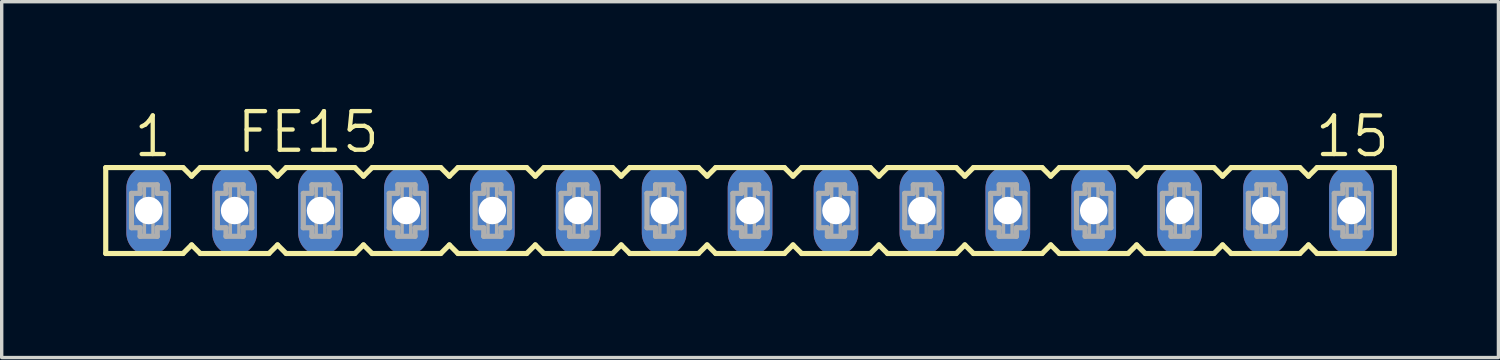
<source format=kicad_pcb>
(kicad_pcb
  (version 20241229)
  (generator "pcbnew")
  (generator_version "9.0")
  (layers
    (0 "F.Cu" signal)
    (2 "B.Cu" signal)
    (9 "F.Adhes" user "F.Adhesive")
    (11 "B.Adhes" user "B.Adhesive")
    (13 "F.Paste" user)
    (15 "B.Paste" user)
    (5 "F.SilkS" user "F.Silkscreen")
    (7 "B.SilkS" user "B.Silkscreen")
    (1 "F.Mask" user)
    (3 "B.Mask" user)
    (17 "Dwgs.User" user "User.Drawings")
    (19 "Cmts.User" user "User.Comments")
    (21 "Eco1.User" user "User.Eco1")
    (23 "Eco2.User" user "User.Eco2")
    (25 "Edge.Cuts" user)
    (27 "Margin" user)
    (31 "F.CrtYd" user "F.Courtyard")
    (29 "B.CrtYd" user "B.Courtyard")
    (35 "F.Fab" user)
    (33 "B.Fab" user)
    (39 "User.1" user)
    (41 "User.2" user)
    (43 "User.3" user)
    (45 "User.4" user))
  (footprint "FE15"
    (layer "F.Cu")
    (at 19.126 3.175)
    (property "Reference" "FE15" (at -15.24 -1.651 0) (layer "F.SilkS") (effects (font (size 1.143 1.143) (thickness 0.127)) (justify left bottom)))
    (fp_line (start -19.05 -1.27) (end -19.05 1.27) (stroke (width 0.152) (type solid)) (layer "F.SilkS"))
    (fp_line (start -19.05 1.27) (end -16.764 1.27) (stroke (width 0.152) (type solid)) (layer "F.SilkS"))
    (fp_line (start -16.764 -1.27) (end -19.05 -1.27) (stroke (width 0.152) (type solid)) (layer "F.SilkS"))
    (fp_line (start -16.764 1.27) (end -16.51 1.016) (stroke (width 0.152) (type solid)) (layer "F.SilkS"))
    (fp_line (start -16.51 -1.016) (end -16.764 -1.27) (stroke (width 0.152) (type solid)) (layer "F.SilkS"))
    (fp_line (start -16.51 1.016) (end -16.256 1.27) (stroke (width 0.152) (type solid)) (layer "F.SilkS"))
    (fp_line (start -16.256 -1.27) (end -16.51 -1.016) (stroke (width 0.152) (type solid)) (layer "F.SilkS"))
    (fp_line (start -16.256 1.27) (end -14.224 1.27) (stroke (width 0.152) (type solid)) (layer "F.SilkS"))
    (fp_line (start -14.224 -1.27) (end -16.256 -1.27) (stroke (width 0.152) (type solid)) (layer "F.SilkS"))
    (fp_line (start -14.224 1.27) (end -13.97 1.016) (stroke (width 0.152) (type solid)) (layer "F.SilkS"))
    (fp_line (start -13.97 -1.016) (end -14.224 -1.27) (stroke (width 0.152) (type solid)) (layer "F.SilkS"))
    (fp_line (start -13.97 1.016) (end -13.716 1.27) (stroke (width 0.152) (type solid)) (layer "F.SilkS"))
    (fp_line (start -13.716 -1.27) (end -13.97 -1.016) (stroke (width 0.152) (type solid)) (layer "F.SilkS"))
    (fp_line (start -13.716 1.27) (end -11.684 1.27) (stroke (width 0.152) (type solid)) (layer "F.SilkS"))
    (fp_line (start -11.684 -1.27) (end -13.716 -1.27) (stroke (width 0.152) (type solid)) (layer "F.SilkS"))
    (fp_line (start -11.684 1.27) (end -11.43 1.016) (stroke (width 0.152) (type solid)) (layer "F.SilkS"))
    (fp_line (start -11.43 -1.016) (end -11.684 -1.27) (stroke (width 0.152) (type solid)) (layer "F.SilkS"))
    (fp_line (start -11.43 1.016) (end -11.176 1.27) (stroke (width 0.152) (type solid)) (layer "F.SilkS"))
    (fp_line (start -11.176 -1.27) (end -11.43 -1.016) (stroke (width 0.152) (type solid)) (layer "F.SilkS"))
    (fp_line (start -11.176 1.27) (end -9.144 1.27) (stroke (width 0.152) (type solid)) (layer "F.SilkS"))
    (fp_line (start -9.144 -1.27) (end -11.176 -1.27) (stroke (width 0.152) (type solid)) (layer "F.SilkS"))
    (fp_line (start -9.144 1.27) (end -8.89 1.016) (stroke (width 0.152) (type solid)) (layer "F.SilkS"))
    (fp_line (start -8.89 -1.016) (end -9.144 -1.27) (stroke (width 0.152) (type solid)) (layer "F.SilkS"))
    (fp_line (start -8.89 1.016) (end -8.636 1.27) (stroke (width 0.152) (type solid)) (layer "F.SilkS"))
    (fp_line (start -8.636 -1.27) (end -8.89 -1.016) (stroke (width 0.152) (type solid)) (layer "F.SilkS"))
    (fp_line (start -8.636 1.27) (end -6.604 1.27) (stroke (width 0.152) (type solid)) (layer "F.SilkS"))
    (fp_line (start -6.604 -1.27) (end -8.636 -1.27) (stroke (width 0.152) (type solid)) (layer "F.SilkS"))
    (fp_line (start -6.604 1.27) (end -6.35 1.016) (stroke (width 0.152) (type solid)) (layer "F.SilkS"))
    (fp_line (start -6.35 -1.016) (end -6.604 -1.27) (stroke (width 0.152) (type solid)) (layer "F.SilkS"))
    (fp_line (start -6.35 1.016) (end -6.096 1.27) (stroke (width 0.152) (type solid)) (layer "F.SilkS"))
    (fp_line (start -6.096 -1.27) (end -6.35 -1.016) (stroke (width 0.152) (type solid)) (layer "F.SilkS"))
    (fp_line (start -6.096 1.27) (end -4.064 1.27) (stroke (width 0.152) (type solid)) (layer "F.SilkS"))
    (fp_line (start -4.064 -1.27) (end -6.096 -1.27) (stroke (width 0.152) (type solid)) (layer "F.SilkS"))
    (fp_line (start -4.064 1.27) (end -3.81 1.016) (stroke (width 0.152) (type solid)) (layer "F.SilkS"))
    (fp_line (start -3.81 -1.016) (end -4.064 -1.27) (stroke (width 0.152) (type solid)) (layer "F.SilkS"))
    (fp_line (start -3.81 1.016) (end -3.556 1.27) (stroke (width 0.152) (type solid)) (layer "F.SilkS"))
    (fp_line (start -3.556 -1.27) (end -3.81 -1.016) (stroke (width 0.152) (type solid)) (layer "F.SilkS"))
    (fp_line (start -3.556 1.27) (end -1.524 1.27) (stroke (width 0.152) (type solid)) (layer "F.SilkS"))
    (fp_line (start -1.524 -1.27) (end -3.556 -1.27) (stroke (width 0.152) (type solid)) (layer "F.SilkS"))
    (fp_line (start -1.524 1.27) (end -1.27 1.016) (stroke (width 0.152) (type solid)) (layer "F.SilkS"))
    (fp_line (start -1.27 -1.016) (end -1.524 -1.27) (stroke (width 0.152) (type solid)) (layer "F.SilkS"))
    (fp_line (start -1.27 1.016) (end -1.016 1.27) (stroke (width 0.152) (type solid)) (layer "F.SilkS"))
    (fp_line (start -1.016 -1.27) (end -1.27 -1.016) (stroke (width 0.152) (type solid)) (layer "F.SilkS"))
    (fp_line (start -1.016 1.27) (end 1.016 1.27) (stroke (width 0.152) (type solid)) (layer "F.SilkS"))
    (fp_line (start 1.016 -1.27) (end -1.016 -1.27) (stroke (width 0.152) (type solid)) (layer "F.SilkS"))
    (fp_line (start 1.016 1.27) (end 1.27 1.016) (stroke (width 0.152) (type solid)) (layer "F.SilkS"))
    (fp_line (start 1.27 -1.016) (end 1.016 -1.27) (stroke (width 0.152) (type solid)) (layer "F.SilkS"))
    (fp_line (start 1.27 1.016) (end 1.524 1.27) (stroke (width 0.152) (type solid)) (layer "F.SilkS"))
    (fp_line (start 1.524 -1.27) (end 1.27 -1.016) (stroke (width 0.152) (type solid)) (layer "F.SilkS"))
    (fp_line (start 1.524 1.27) (end 3.556 1.27) (stroke (width 0.152) (type solid)) (layer "F.SilkS"))
    (fp_line (start 3.556 -1.27) (end 1.524 -1.27) (stroke (width 0.152) (type solid)) (layer "F.SilkS"))
    (fp_line (start 3.556 1.27) (end 3.81 1.016) (stroke (width 0.152) (type solid)) (layer "F.SilkS"))
    (fp_line (start 3.81 -1.016) (end 3.556 -1.27) (stroke (width 0.152) (type solid)) (layer "F.SilkS"))
    (fp_line (start 3.81 1.016) (end 4.064 1.27) (stroke (width 0.152) (type solid)) (layer "F.SilkS"))
    (fp_line (start 4.064 -1.27) (end 3.81 -1.016) (stroke (width 0.152) (type solid)) (layer "F.SilkS"))
    (fp_line (start 4.064 1.27) (end 6.096 1.27) (stroke (width 0.152) (type solid)) (layer "F.SilkS"))
    (fp_line (start 6.096 -1.27) (end 4.064 -1.27) (stroke (width 0.152) (type solid)) (layer "F.SilkS"))
    (fp_line (start 6.096 1.27) (end 6.35 1.016) (stroke (width 0.152) (type solid)) (layer "F.SilkS"))
    (fp_line (start 6.35 -1.016) (end 6.096 -1.27) (stroke (width 0.152) (type solid)) (layer "F.SilkS"))
    (fp_line (start 6.35 1.016) (end 6.604 1.27) (stroke (width 0.152) (type solid)) (layer "F.SilkS"))
    (fp_line (start 6.604 -1.27) (end 6.35 -1.016) (stroke (width 0.152) (type solid)) (layer "F.SilkS"))
    (fp_line (start 6.604 1.27) (end 8.636 1.27) (stroke (width 0.152) (type solid)) (layer "F.SilkS"))
    (fp_line (start 8.636 -1.27) (end 6.604 -1.27) (stroke (width 0.152) (type solid)) (layer "F.SilkS"))
    (fp_line (start 8.636 1.27) (end 8.89 1.016) (stroke (width 0.152) (type solid)) (layer "F.SilkS"))
    (fp_line (start 8.89 -1.016) (end 8.636 -1.27) (stroke (width 0.152) (type solid)) (layer "F.SilkS"))
    (fp_line (start 8.89 1.016) (end 9.144 1.27) (stroke (width 0.152) (type solid)) (layer "F.SilkS"))
    (fp_line (start 9.144 -1.27) (end 8.89 -1.016) (stroke (width 0.152) (type solid)) (layer "F.SilkS"))
    (fp_line (start 9.144 1.27) (end 11.176 1.27) (stroke (width 0.152) (type solid)) (layer "F.SilkS"))
    (fp_line (start 11.176 -1.27) (end 9.144 -1.27) (stroke (width 0.152) (type solid)) (layer "F.SilkS"))
    (fp_line (start 11.176 1.27) (end 11.43 1.016) (stroke (width 0.152) (type solid)) (layer "F.SilkS"))
    (fp_line (start 11.43 -1.016) (end 11.176 -1.27) (stroke (width 0.152) (type solid)) (layer "F.SilkS"))
    (fp_line (start 11.43 1.016) (end 11.684 1.27) (stroke (width 0.152) (type solid)) (layer "F.SilkS"))
    (fp_line (start 11.684 -1.27) (end 11.43 -1.016) (stroke (width 0.152) (type solid)) (layer "F.SilkS"))
    (fp_line (start 11.684 1.27) (end 13.716 1.27) (stroke (width 0.152) (type solid)) (layer "F.SilkS"))
    (fp_line (start 13.716 -1.27) (end 11.684 -1.27) (stroke (width 0.152) (type solid)) (layer "F.SilkS"))
    (fp_line (start 13.716 1.27) (end 13.97 1.016) (stroke (width 0.152) (type solid)) (layer "F.SilkS"))
    (fp_line (start 13.97 -1.016) (end 13.716 -1.27) (stroke (width 0.152) (type solid)) (layer "F.SilkS"))
    (fp_line (start 13.97 1.016) (end 14.224 1.27) (stroke (width 0.152) (type solid)) (layer "F.SilkS"))
    (fp_line (start 14.224 -1.27) (end 13.97 -1.016) (stroke (width 0.152) (type solid)) (layer "F.SilkS"))
    (fp_line (start 14.224 1.27) (end 16.256 1.27) (stroke (width 0.152) (type solid)) (layer "F.SilkS"))
    (fp_line (start 16.256 -1.27) (end 14.224 -1.27) (stroke (width 0.152) (type solid)) (layer "F.SilkS"))
    (fp_line (start 16.256 1.27) (end 16.51 1.016) (stroke (width 0.152) (type solid)) (layer "F.SilkS"))
    (fp_line (start 16.51 -1.016) (end 16.256 -1.27) (stroke (width 0.152) (type solid)) (layer "F.SilkS"))
    (fp_line (start 16.51 1.016) (end 16.764 1.27) (stroke (width 0.152) (type solid)) (layer "F.SilkS"))
    (fp_line (start 16.764 -1.27) (end 16.51 -1.016) (stroke (width 0.152) (type solid)) (layer "F.SilkS"))
    (fp_line (start 16.764 1.27) (end 19.05 1.27) (stroke (width 0.152) (type solid)) (layer "F.SilkS"))
    (fp_line (start 19.05 -1.27) (end 16.764 -1.27) (stroke (width 0.152) (type solid)) (layer "F.SilkS"))
    (fp_line (start 19.05 1.27) (end 19.05 -1.27) (stroke (width 0.152) (type solid)) (layer "F.SilkS"))
    (fp_line (start -18.288 -0.508) (end -18.288 0.508) (stroke (width 0.152) (type solid)) (layer "F.Fab"))
    (fp_line (start -18.288 0.508) (end -18.034 0.508) (stroke (width 0.152) (type solid)) (layer "F.Fab"))
    (fp_line (start -18.034 -0.762) (end -18.034 -0.508) (stroke (width 0.152) (type solid)) (layer "F.Fab"))
    (fp_line (start -18.034 -0.508) (end -18.288 -0.508) (stroke (width 0.152) (type solid)) (layer "F.Fab"))
    (fp_line (start -18.034 0.508) (end -18.034 0.762) (stroke (width 0.152) (type solid)) (layer "F.Fab"))
    (fp_line (start -18.034 0.762) (end -17.526 0.762) (stroke (width 0.152) (type solid)) (layer "F.Fab"))
    (fp_line (start -17.526 -0.762) (end -18.034 -0.762) (stroke (width 0.152) (type solid)) (layer "F.Fab"))
    (fp_line (start -17.526 -0.508) (end -17.526 -0.762) (stroke (width 0.152) (type solid)) (layer "F.Fab"))
    (fp_line (start -17.526 0.508) (end -17.272 0.508) (stroke (width 0.152) (type solid)) (layer "F.Fab"))
    (fp_line (start -17.526 0.762) (end -17.526 0.508) (stroke (width 0.152) (type solid)) (layer "F.Fab"))
    (fp_line (start -17.272 -0.508) (end -17.526 -0.508) (stroke (width 0.152) (type solid)) (layer "F.Fab"))
    (fp_line (start -17.272 0.508) (end -17.272 -0.508) (stroke (width 0.152) (type solid)) (layer "F.Fab"))
    (fp_line (start -15.748 -0.508) (end -15.748 0.508) (stroke (width 0.152) (type solid)) (layer "F.Fab"))
    (fp_line (start -15.748 0.508) (end -15.494 0.508) (stroke (width 0.152) (type solid)) (layer "F.Fab"))
    (fp_line (start -15.494 -0.762) (end -15.494 -0.508) (stroke (width 0.152) (type solid)) (layer "F.Fab"))
    (fp_line (start -15.494 -0.508) (end -15.748 -0.508) (stroke (width 0.152) (type solid)) (layer "F.Fab"))
    (fp_line (start -15.494 0.508) (end -15.494 0.762) (stroke (width 0.152) (type solid)) (layer "F.Fab"))
    (fp_line (start -15.494 0.762) (end -14.986 0.762) (stroke (width 0.152) (type solid)) (layer "F.Fab"))
    (fp_line (start -14.986 -0.762) (end -15.494 -0.762) (stroke (width 0.152) (type solid)) (layer "F.Fab"))
    (fp_line (start -14.986 -0.508) (end -14.986 -0.762) (stroke (width 0.152) (type solid)) (layer "F.Fab"))
    (fp_line (start -14.986 0.508) (end -14.732 0.508) (stroke (width 0.152) (type solid)) (layer "F.Fab"))
    (fp_line (start -14.986 0.762) (end -14.986 0.508) (stroke (width 0.152) (type solid)) (layer "F.Fab"))
    (fp_line (start -14.732 -0.508) (end -14.986 -0.508) (stroke (width 0.152) (type solid)) (layer "F.Fab"))
    (fp_line (start -14.732 0.508) (end -14.732 -0.508) (stroke (width 0.152) (type solid)) (layer "F.Fab"))
    (fp_line (start -13.208 -0.508) (end -13.208 0.508) (stroke (width 0.152) (type solid)) (layer "F.Fab"))
    (fp_line (start -13.208 0.508) (end -12.954 0.508) (stroke (width 0.152) (type solid)) (layer "F.Fab"))
    (fp_line (start -12.954 -0.762) (end -12.954 -0.508) (stroke (width 0.152) (type solid)) (layer "F.Fab"))
    (fp_line (start -12.954 -0.508) (end -13.208 -0.508) (stroke (width 0.152) (type solid)) (layer "F.Fab"))
    (fp_line (start -12.954 0.508) (end -12.954 0.762) (stroke (width 0.152) (type solid)) (layer "F.Fab"))
    (fp_line (start -12.954 0.762) (end -12.446 0.762) (stroke (width 0.152) (type solid)) (layer "F.Fab"))
    (fp_line (start -12.446 -0.762) (end -12.954 -0.762) (stroke (width 0.152) (type solid)) (layer "F.Fab"))
    (fp_line (start -12.446 -0.508) (end -12.446 -0.762) (stroke (width 0.152) (type solid)) (layer "F.Fab"))
    (fp_line (start -12.446 0.508) (end -12.192 0.508) (stroke (width 0.152) (type solid)) (layer "F.Fab"))
    (fp_line (start -12.446 0.762) (end -12.446 0.508) (stroke (width 0.152) (type solid)) (layer "F.Fab"))
    (fp_line (start -12.192 -0.508) (end -12.446 -0.508) (stroke (width 0.152) (type solid)) (layer "F.Fab"))
    (fp_line (start -12.192 0.508) (end -12.192 -0.508) (stroke (width 0.152) (type solid)) (layer "F.Fab"))
    (fp_line (start -10.668 -0.508) (end -10.668 0.508) (stroke (width 0.152) (type solid)) (layer "F.Fab"))
    (fp_line (start -10.668 0.508) (end -10.414 0.508) (stroke (width 0.152) (type solid)) (layer "F.Fab"))
    (fp_line (start -10.414 -0.762) (end -10.414 -0.508) (stroke (width 0.152) (type solid)) (layer "F.Fab"))
    (fp_line (start -10.414 -0.508) (end -10.668 -0.508) (stroke (width 0.152) (type solid)) (layer "F.Fab"))
    (fp_line (start -10.414 0.508) (end -10.414 0.762) (stroke (width 0.152) (type solid)) (layer "F.Fab"))
    (fp_line (start -10.414 0.762) (end -9.906 0.762) (stroke (width 0.152) (type solid)) (layer "F.Fab"))
    (fp_line (start -9.906 -0.762) (end -10.414 -0.762) (stroke (width 0.152) (type solid)) (layer "F.Fab"))
    (fp_line (start -9.906 -0.508) (end -9.906 -0.762) (stroke (width 0.152) (type solid)) (layer "F.Fab"))
    (fp_line (start -9.906 0.508) (end -9.652 0.508) (stroke (width 0.152) (type solid)) (layer "F.Fab"))
    (fp_line (start -9.906 0.762) (end -9.906 0.508) (stroke (width 0.152) (type solid)) (layer "F.Fab"))
    (fp_line (start -9.652 -0.508) (end -9.906 -0.508) (stroke (width 0.152) (type solid)) (layer "F.Fab"))
    (fp_line (start -9.652 0.508) (end -9.652 -0.508) (stroke (width 0.152) (type solid)) (layer "F.Fab"))
    (fp_line (start -8.128 -0.508) (end -8.128 0.508) (stroke (width 0.152) (type solid)) (layer "F.Fab"))
    (fp_line (start -8.128 0.508) (end -7.874 0.508) (stroke (width 0.152) (type solid)) (layer "F.Fab"))
    (fp_line (start -7.874 -0.762) (end -7.874 -0.508) (stroke (width 0.152) (type solid)) (layer "F.Fab"))
    (fp_line (start -7.874 -0.508) (end -8.128 -0.508) (stroke (width 0.152) (type solid)) (layer "F.Fab"))
    (fp_line (start -7.874 0.508) (end -7.874 0.762) (stroke (width 0.152) (type solid)) (layer "F.Fab"))
    (fp_line (start -7.874 0.762) (end -7.366 0.762) (stroke (width 0.152) (type solid)) (layer "F.Fab"))
    (fp_line (start -7.366 -0.762) (end -7.874 -0.762) (stroke (width 0.152) (type solid)) (layer "F.Fab"))
    (fp_line (start -7.366 -0.508) (end -7.366 -0.762) (stroke (width 0.152) (type solid)) (layer "F.Fab"))
    (fp_line (start -7.366 0.508) (end -7.112 0.508) (stroke (width 0.152) (type solid)) (layer "F.Fab"))
    (fp_line (start -7.366 0.762) (end -7.366 0.508) (stroke (width 0.152) (type solid)) (layer "F.Fab"))
    (fp_line (start -7.112 -0.508) (end -7.366 -0.508) (stroke (width 0.152) (type solid)) (layer "F.Fab"))
    (fp_line (start -7.112 0.508) (end -7.112 -0.508) (stroke (width 0.152) (type solid)) (layer "F.Fab"))
    (fp_line (start -5.588 -0.508) (end -5.588 0.508) (stroke (width 0.152) (type solid)) (layer "F.Fab"))
    (fp_line (start -5.588 0.508) (end -5.334 0.508) (stroke (width 0.152) (type solid)) (layer "F.Fab"))
    (fp_line (start -5.334 -0.762) (end -5.334 -0.508) (stroke (width 0.152) (type solid)) (layer "F.Fab"))
    (fp_line (start -5.334 -0.508) (end -5.588 -0.508) (stroke (width 0.152) (type solid)) (layer "F.Fab"))
    (fp_line (start -5.334 0.508) (end -5.334 0.762) (stroke (width 0.152) (type solid)) (layer "F.Fab"))
    (fp_line (start -5.334 0.762) (end -4.826 0.762) (stroke (width 0.152) (type solid)) (layer "F.Fab"))
    (fp_line (start -4.826 -0.762) (end -5.334 -0.762) (stroke (width 0.152) (type solid)) (layer "F.Fab"))
    (fp_line (start -4.826 -0.508) (end -4.826 -0.762) (stroke (width 0.152) (type solid)) (layer "F.Fab"))
    (fp_line (start -4.826 0.508) (end -4.572 0.508) (stroke (width 0.152) (type solid)) (layer "F.Fab"))
    (fp_line (start -4.826 0.762) (end -4.826 0.508) (stroke (width 0.152) (type solid)) (layer "F.Fab"))
    (fp_line (start -4.572 -0.508) (end -4.826 -0.508) (stroke (width 0.152) (type solid)) (layer "F.Fab"))
    (fp_line (start -4.572 0.508) (end -4.572 -0.508) (stroke (width 0.152) (type solid)) (layer "F.Fab"))
    (fp_line (start -3.048 -0.508) (end -3.048 0.508) (stroke (width 0.152) (type solid)) (layer "F.Fab"))
    (fp_line (start -3.048 0.508) (end -2.794 0.508) (stroke (width 0.152) (type solid)) (layer "F.Fab"))
    (fp_line (start -2.794 -0.762) (end -2.794 -0.508) (stroke (width 0.152) (type solid)) (layer "F.Fab"))
    (fp_line (start -2.794 -0.508) (end -3.048 -0.508) (stroke (width 0.152) (type solid)) (layer "F.Fab"))
    (fp_line (start -2.794 0.508) (end -2.794 0.762) (stroke (width 0.152) (type solid)) (layer "F.Fab"))
    (fp_line (start -2.794 0.762) (end -2.286 0.762) (stroke (width 0.152) (type solid)) (layer "F.Fab"))
    (fp_line (start -2.286 -0.762) (end -2.794 -0.762) (stroke (width 0.152) (type solid)) (layer "F.Fab"))
    (fp_line (start -2.286 -0.508) (end -2.286 -0.762) (stroke (width 0.152) (type solid)) (layer "F.Fab"))
    (fp_line (start -2.286 0.508) (end -2.032 0.508) (stroke (width 0.152) (type solid)) (layer "F.Fab"))
    (fp_line (start -2.286 0.762) (end -2.286 0.508) (stroke (width 0.152) (type solid)) (layer "F.Fab"))
    (fp_line (start -2.032 -0.508) (end -2.286 -0.508) (stroke (width 0.152) (type solid)) (layer "F.Fab"))
    (fp_line (start -2.032 0.508) (end -2.032 -0.508) (stroke (width 0.152) (type solid)) (layer "F.Fab"))
    (fp_line (start -0.508 -0.508) (end -0.508 0.508) (stroke (width 0.152) (type solid)) (layer "F.Fab"))
    (fp_line (start -0.508 0.508) (end -0.254 0.508) (stroke (width 0.152) (type solid)) (layer "F.Fab"))
    (fp_line (start -0.254 -0.762) (end -0.254 -0.508) (stroke (width 0.152) (type solid)) (layer "F.Fab"))
    (fp_line (start -0.254 -0.508) (end -0.508 -0.508) (stroke (width 0.152) (type solid)) (layer "F.Fab"))
    (fp_line (start -0.254 0.508) (end -0.254 0.762) (stroke (width 0.152) (type solid)) (layer "F.Fab"))
    (fp_line (start -0.254 0.762) (end 0.254 0.762) (stroke (width 0.152) (type solid)) (layer "F.Fab"))
    (fp_line (start 0.254 -0.762) (end -0.254 -0.762) (stroke (width 0.152) (type solid)) (layer "F.Fab"))
    (fp_line (start 0.254 -0.508) (end 0.254 -0.762) (stroke (width 0.152) (type solid)) (layer "F.Fab"))
    (fp_line (start 0.254 0.508) (end 0.508 0.508) (stroke (width 0.152) (type solid)) (layer "F.Fab"))
    (fp_line (start 0.254 0.762) (end 0.254 0.508) (stroke (width 0.152) (type solid)) (layer "F.Fab"))
    (fp_line (start 0.508 -0.508) (end 0.254 -0.508) (stroke (width 0.152) (type solid)) (layer "F.Fab"))
    (fp_line (start 0.508 0.508) (end 0.508 -0.508) (stroke (width 0.152) (type solid)) (layer "F.Fab"))
    (fp_line (start 2.032 -0.508) (end 2.032 0.508) (stroke (width 0.152) (type solid)) (layer "F.Fab"))
    (fp_line (start 2.032 0.508) (end 2.286 0.508) (stroke (width 0.152) (type solid)) (layer "F.Fab"))
    (fp_line (start 2.286 -0.762) (end 2.286 -0.508) (stroke (width 0.152) (type solid)) (layer "F.Fab"))
    (fp_line (start 2.286 -0.508) (end 2.032 -0.508) (stroke (width 0.152) (type solid)) (layer "F.Fab"))
    (fp_line (start 2.286 0.508) (end 2.286 0.762) (stroke (width 0.152) (type solid)) (layer "F.Fab"))
    (fp_line (start 2.286 0.762) (end 2.794 0.762) (stroke (width 0.152) (type solid)) (layer "F.Fab"))
    (fp_line (start 2.794 -0.762) (end 2.286 -0.762) (stroke (width 0.152) (type solid)) (layer "F.Fab"))
    (fp_line (start 2.794 -0.508) (end 2.794 -0.762) (stroke (width 0.152) (type solid)) (layer "F.Fab"))
    (fp_line (start 2.794 0.508) (end 3.048 0.508) (stroke (width 0.152) (type solid)) (layer "F.Fab"))
    (fp_line (start 2.794 0.762) (end 2.794 0.508) (stroke (width 0.152) (type solid)) (layer "F.Fab"))
    (fp_line (start 3.048 -0.508) (end 2.794 -0.508) (stroke (width 0.152) (type solid)) (layer "F.Fab"))
    (fp_line (start 3.048 0.508) (end 3.048 -0.508) (stroke (width 0.152) (type solid)) (layer "F.Fab"))
    (fp_line (start 4.572 -0.508) (end 4.572 0.508) (stroke (width 0.152) (type solid)) (layer "F.Fab"))
    (fp_line (start 4.572 0.508) (end 4.826 0.508) (stroke (width 0.152) (type solid)) (layer "F.Fab"))
    (fp_line (start 4.826 -0.762) (end 4.826 -0.508) (stroke (width 0.152) (type solid)) (layer "F.Fab"))
    (fp_line (start 4.826 -0.508) (end 4.572 -0.508) (stroke (width 0.152) (type solid)) (layer "F.Fab"))
    (fp_line (start 4.826 0.508) (end 4.826 0.762) (stroke (width 0.152) (type solid)) (layer "F.Fab"))
    (fp_line (start 4.826 0.762) (end 5.334 0.762) (stroke (width 0.152) (type solid)) (layer "F.Fab"))
    (fp_line (start 5.334 -0.762) (end 4.826 -0.762) (stroke (width 0.152) (type solid)) (layer "F.Fab"))
    (fp_line (start 5.334 -0.508) (end 5.334 -0.762) (stroke (width 0.152) (type solid)) (layer "F.Fab"))
    (fp_line (start 5.334 0.508) (end 5.588 0.508) (stroke (width 0.152) (type solid)) (layer "F.Fab"))
    (fp_line (start 5.334 0.762) (end 5.334 0.508) (stroke (width 0.152) (type solid)) (layer "F.Fab"))
    (fp_line (start 5.588 -0.508) (end 5.334 -0.508) (stroke (width 0.152) (type solid)) (layer "F.Fab"))
    (fp_line (start 5.588 0.508) (end 5.588 -0.508) (stroke (width 0.152) (type solid)) (layer "F.Fab"))
    (fp_line (start 7.112 -0.508) (end 7.112 0.508) (stroke (width 0.152) (type solid)) (layer "F.Fab"))
    (fp_line (start 7.112 0.508) (end 7.366 0.508) (stroke (width 0.152) (type solid)) (layer "F.Fab"))
    (fp_line (start 7.366 -0.762) (end 7.366 -0.508) (stroke (width 0.152) (type solid)) (layer "F.Fab"))
    (fp_line (start 7.366 -0.508) (end 7.112 -0.508) (stroke (width 0.152) (type solid)) (layer "F.Fab"))
    (fp_line (start 7.366 0.508) (end 7.366 0.762) (stroke (width 0.152) (type solid)) (layer "F.Fab"))
    (fp_line (start 7.366 0.762) (end 7.874 0.762) (stroke (width 0.152) (type solid)) (layer "F.Fab"))
    (fp_line (start 7.874 -0.762) (end 7.366 -0.762) (stroke (width 0.152) (type solid)) (layer "F.Fab"))
    (fp_line (start 7.874 -0.508) (end 7.874 -0.762) (stroke (width 0.152) (type solid)) (layer "F.Fab"))
    (fp_line (start 7.874 0.508) (end 8.128 0.508) (stroke (width 0.152) (type solid)) (layer "F.Fab"))
    (fp_line (start 7.874 0.762) (end 7.874 0.508) (stroke (width 0.152) (type solid)) (layer "F.Fab"))
    (fp_line (start 8.128 -0.508) (end 7.874 -0.508) (stroke (width 0.152) (type solid)) (layer "F.Fab"))
    (fp_line (start 8.128 0.508) (end 8.128 -0.508) (stroke (width 0.152) (type solid)) (layer "F.Fab"))
    (fp_line (start 9.652 -0.508) (end 9.652 0.508) (stroke (width 0.152) (type solid)) (layer "F.Fab"))
    (fp_line (start 9.652 0.508) (end 9.906 0.508) (stroke (width 0.152) (type solid)) (layer "F.Fab"))
    (fp_line (start 9.906 -0.762) (end 9.906 -0.508) (stroke (width 0.152) (type solid)) (layer "F.Fab"))
    (fp_line (start 9.906 -0.508) (end 9.652 -0.508) (stroke (width 0.152) (type solid)) (layer "F.Fab"))
    (fp_line (start 9.906 0.508) (end 9.906 0.762) (stroke (width 0.152) (type solid)) (layer "F.Fab"))
    (fp_line (start 9.906 0.762) (end 10.414 0.762) (stroke (width 0.152) (type solid)) (layer "F.Fab"))
    (fp_line (start 10.414 -0.762) (end 9.906 -0.762) (stroke (width 0.152) (type solid)) (layer "F.Fab"))
    (fp_line (start 10.414 -0.508) (end 10.414 -0.762) (stroke (width 0.152) (type solid)) (layer "F.Fab"))
    (fp_line (start 10.414 0.508) (end 10.668 0.508) (stroke (width 0.152) (type solid)) (layer "F.Fab"))
    (fp_line (start 10.414 0.762) (end 10.414 0.508) (stroke (width 0.152) (type solid)) (layer "F.Fab"))
    (fp_line (start 10.668 -0.508) (end 10.414 -0.508) (stroke (width 0.152) (type solid)) (layer "F.Fab"))
    (fp_line (start 10.668 0.508) (end 10.668 -0.508) (stroke (width 0.152) (type solid)) (layer "F.Fab"))
    (fp_line (start 12.192 -0.508) (end 12.192 0.508) (stroke (width 0.152) (type solid)) (layer "F.Fab"))
    (fp_line (start 12.192 0.508) (end 12.446 0.508) (stroke (width 0.152) (type solid)) (layer "F.Fab"))
    (fp_line (start 12.446 -0.762) (end 12.446 -0.508) (stroke (width 0.152) (type solid)) (layer "F.Fab"))
    (fp_line (start 12.446 -0.508) (end 12.192 -0.508) (stroke (width 0.152) (type solid)) (layer "F.Fab"))
    (fp_line (start 12.446 0.508) (end 12.446 0.762) (stroke (width 0.152) (type solid)) (layer "F.Fab"))
    (fp_line (start 12.446 0.762) (end 12.954 0.762) (stroke (width 0.152) (type solid)) (layer "F.Fab"))
    (fp_line (start 12.954 -0.762) (end 12.446 -0.762) (stroke (width 0.152) (type solid)) (layer "F.Fab"))
    (fp_line (start 12.954 -0.508) (end 12.954 -0.762) (stroke (width 0.152) (type solid)) (layer "F.Fab"))
    (fp_line (start 12.954 0.508) (end 13.208 0.508) (stroke (width 0.152) (type solid)) (layer "F.Fab"))
    (fp_line (start 12.954 0.762) (end 12.954 0.508) (stroke (width 0.152) (type solid)) (layer "F.Fab"))
    (fp_line (start 13.208 -0.508) (end 12.954 -0.508) (stroke (width 0.152) (type solid)) (layer "F.Fab"))
    (fp_line (start 13.208 0.508) (end 13.208 -0.508) (stroke (width 0.152) (type solid)) (layer "F.Fab"))
    (fp_line (start 14.732 -0.508) (end 14.732 0.508) (stroke (width 0.152) (type solid)) (layer "F.Fab"))
    (fp_line (start 14.732 0.508) (end 14.986 0.508) (stroke (width 0.152) (type solid)) (layer "F.Fab"))
    (fp_line (start 14.986 -0.762) (end 14.986 -0.508) (stroke (width 0.152) (type solid)) (layer "F.Fab"))
    (fp_line (start 14.986 -0.508) (end 14.732 -0.508) (stroke (width 0.152) (type solid)) (layer "F.Fab"))
    (fp_line (start 14.986 0.508) (end 14.986 0.762) (stroke (width 0.152) (type solid)) (layer "F.Fab"))
    (fp_line (start 14.986 0.762) (end 15.494 0.762) (stroke (width 0.152) (type solid)) (layer "F.Fab"))
    (fp_line (start 15.494 -0.762) (end 14.986 -0.762) (stroke (width 0.152) (type solid)) (layer "F.Fab"))
    (fp_line (start 15.494 -0.508) (end 15.494 -0.762) (stroke (width 0.152) (type solid)) (layer "F.Fab"))
    (fp_line (start 15.494 0.508) (end 15.748 0.508) (stroke (width 0.152) (type solid)) (layer "F.Fab"))
    (fp_line (start 15.494 0.762) (end 15.494 0.508) (stroke (width 0.152) (type solid)) (layer "F.Fab"))
    (fp_line (start 15.748 -0.508) (end 15.494 -0.508) (stroke (width 0.152) (type solid)) (layer "F.Fab"))
    (fp_line (start 15.748 0.508) (end 15.748 -0.508) (stroke (width 0.152) (type solid)) (layer "F.Fab"))
    (fp_line (start 17.272 -0.508) (end 17.272 0.508) (stroke (width 0.152) (type solid)) (layer "F.Fab"))
    (fp_line (start 17.272 0.508) (end 17.526 0.508) (stroke (width 0.152) (type solid)) (layer "F.Fab"))
    (fp_line (start 17.526 -0.762) (end 17.526 -0.508) (stroke (width 0.152) (type solid)) (layer "F.Fab"))
    (fp_line (start 17.526 -0.508) (end 17.272 -0.508) (stroke (width 0.152) (type solid)) (layer "F.Fab"))
    (fp_line (start 17.526 0.508) (end 17.526 0.762) (stroke (width 0.152) (type solid)) (layer "F.Fab"))
    (fp_line (start 17.526 0.762) (end 18.034 0.762) (stroke (width 0.152) (type solid)) (layer "F.Fab"))
    (fp_line (start 18.034 -0.762) (end 17.526 -0.762) (stroke (width 0.152) (type solid)) (layer "F.Fab"))
    (fp_line (start 18.034 -0.508) (end 18.034 -0.762) (stroke (width 0.152) (type solid)) (layer "F.Fab"))
    (fp_line (start 18.034 0.508) (end 18.288 0.508) (stroke (width 0.152) (type solid)) (layer "F.Fab"))
    (fp_line (start 18.034 0.762) (end 18.034 0.508) (stroke (width 0.152) (type solid)) (layer "F.Fab"))
    (fp_line (start 18.288 -0.508) (end 18.034 -0.508) (stroke (width 0.152) (type solid)) (layer "F.Fab"))
    (fp_line (start 18.288 0.508) (end 18.288 -0.508) (stroke (width 0.152) (type solid)) (layer "F.Fab"))
    (fp_poly (pts (xy -17.907 -0.254) (xy -17.653 -0.254) (xy -17.653 -0.762) (xy -17.907 -0.762)) (stroke (width 0.1) (type solid)) (fill no) (layer "F.Fab"))
    (fp_poly (pts (xy -17.907 0.762) (xy -17.653 0.762) (xy -17.653 0.254) (xy -17.907 0.254)) (stroke (width 0.1) (type solid)) (fill no) (layer "F.Fab"))
    (fp_poly (pts (xy -15.367 -0.254) (xy -15.113 -0.254) (xy -15.113 -0.762) (xy -15.367 -0.762)) (stroke (width 0.1) (type solid)) (fill no) (layer "F.Fab"))
    (fp_poly (pts (xy -15.367 0.762) (xy -15.113 0.762) (xy -15.113 0.254) (xy -15.367 0.254)) (stroke (width 0.1) (type solid)) (fill no) (layer "F.Fab"))
    (fp_poly (pts (xy -12.827 -0.254) (xy -12.573 -0.254) (xy -12.573 -0.762) (xy -12.827 -0.762)) (stroke (width 0.1) (type solid)) (fill no) (layer "F.Fab"))
    (fp_poly (pts (xy -12.827 0.762) (xy -12.573 0.762) (xy -12.573 0.254) (xy -12.827 0.254)) (stroke (width 0.1) (type solid)) (fill no) (layer "F.Fab"))
    (fp_poly (pts (xy -10.287 -0.254) (xy -10.033 -0.254) (xy -10.033 -0.762) (xy -10.287 -0.762)) (stroke (width 0.1) (type solid)) (fill no) (layer "F.Fab"))
    (fp_poly (pts (xy -10.287 0.762) (xy -10.033 0.762) (xy -10.033 0.254) (xy -10.287 0.254)) (stroke (width 0.1) (type solid)) (fill no) (layer "F.Fab"))
    (fp_poly (pts (xy -7.747 -0.254) (xy -7.493 -0.254) (xy -7.493 -0.762) (xy -7.747 -0.762)) (stroke (width 0.1) (type solid)) (fill no) (layer "F.Fab"))
    (fp_poly (pts (xy -7.747 0.762) (xy -7.493 0.762) (xy -7.493 0.254) (xy -7.747 0.254)) (stroke (width 0.1) (type solid)) (fill no) (layer "F.Fab"))
    (fp_poly (pts (xy -5.207 -0.254) (xy -4.953 -0.254) (xy -4.953 -0.762) (xy -5.207 -0.762)) (stroke (width 0.1) (type solid)) (fill no) (layer "F.Fab"))
    (fp_poly (pts (xy -5.207 0.762) (xy -4.953 0.762) (xy -4.953 0.254) (xy -5.207 0.254)) (stroke (width 0.1) (type solid)) (fill no) (layer "F.Fab"))
    (fp_poly (pts (xy -2.667 -0.254) (xy -2.413 -0.254) (xy -2.413 -0.762) (xy -2.667 -0.762)) (stroke (width 0.1) (type solid)) (fill no) (layer "F.Fab"))
    (fp_poly (pts (xy -2.667 0.762) (xy -2.413 0.762) (xy -2.413 0.254) (xy -2.667 0.254)) (stroke (width 0.1) (type solid)) (fill no) (layer "F.Fab"))
    (fp_poly (pts (xy -0.127 -0.254) (xy 0.127 -0.254) (xy 0.127 -0.762) (xy -0.127 -0.762)) (stroke (width 0.1) (type solid)) (fill no) (layer "F.Fab"))
    (fp_poly (pts (xy -0.127 0.762) (xy 0.127 0.762) (xy 0.127 0.254) (xy -0.127 0.254)) (stroke (width 0.1) (type solid)) (fill no) (layer "F.Fab"))
    (fp_poly (pts (xy 2.413 -0.254) (xy 2.667 -0.254) (xy 2.667 -0.762) (xy 2.413 -0.762)) (stroke (width 0.1) (type solid)) (fill no) (layer "F.Fab"))
    (fp_poly (pts (xy 2.413 0.762) (xy 2.667 0.762) (xy 2.667 0.254) (xy 2.413 0.254)) (stroke (width 0.1) (type solid)) (fill no) (layer "F.Fab"))
    (fp_poly (pts (xy 4.953 -0.254) (xy 5.207 -0.254) (xy 5.207 -0.762) (xy 4.953 -0.762)) (stroke (width 0.1) (type solid)) (fill no) (layer "F.Fab"))
    (fp_poly (pts (xy 4.953 0.762) (xy 5.207 0.762) (xy 5.207 0.254) (xy 4.953 0.254)) (stroke (width 0.1) (type solid)) (fill no) (layer "F.Fab"))
    (fp_poly (pts (xy 7.493 -0.254) (xy 7.747 -0.254) (xy 7.747 -0.762) (xy 7.493 -0.762)) (stroke (width 0.1) (type solid)) (fill no) (layer "F.Fab"))
    (fp_poly (pts (xy 7.493 0.762) (xy 7.747 0.762) (xy 7.747 0.254) (xy 7.493 0.254)) (stroke (width 0.1) (type solid)) (fill no) (layer "F.Fab"))
    (fp_poly (pts (xy 10.033 -0.254) (xy 10.287 -0.254) (xy 10.287 -0.762) (xy 10.033 -0.762)) (stroke (width 0.1) (type solid)) (fill no) (layer "F.Fab"))
    (fp_poly (pts (xy 10.033 0.762) (xy 10.287 0.762) (xy 10.287 0.254) (xy 10.033 0.254)) (stroke (width 0.1) (type solid)) (fill no) (layer "F.Fab"))
    (fp_poly (pts (xy 12.573 -0.254) (xy 12.827 -0.254) (xy 12.827 -0.762) (xy 12.573 -0.762)) (stroke (width 0.1) (type solid)) (fill no) (layer "F.Fab"))
    (fp_poly (pts (xy 12.573 0.762) (xy 12.827 0.762) (xy 12.827 0.254) (xy 12.573 0.254)) (stroke (width 0.1) (type solid)) (fill no) (layer "F.Fab"))
    (fp_poly (pts (xy 15.113 -0.254) (xy 15.367 -0.254) (xy 15.367 -0.762) (xy 15.113 -0.762)) (stroke (width 0.1) (type solid)) (fill no) (layer "F.Fab"))
    (fp_poly (pts (xy 15.113 0.762) (xy 15.367 0.762) (xy 15.367 0.254) (xy 15.113 0.254)) (stroke (width 0.1) (type solid)) (fill no) (layer "F.Fab"))
    (fp_poly (pts (xy 17.653 -0.254) (xy 17.907 -0.254) (xy 17.907 -0.762) (xy 17.653 -0.762)) (stroke (width 0.1) (type solid)) (fill no) (layer "F.Fab"))
    (fp_poly (pts (xy 17.653 0.762) (xy 17.907 0.762) (xy 17.907 0.254) (xy 17.653 0.254)) (stroke (width 0.1) (type solid)) (fill no) (layer "F.Fab"))
    (fp_text user "1" (at -18.288 -1.524 0) (layer "F.SilkS") (effects (font (size 1.143 1.143) (thickness 0.127)) (justify left bottom)))
    (fp_text user "15" (at 16.637 -1.524 0) (layer "F.SilkS") (effects (font (size 1.143 1.143) (thickness 0.127)) (justify left bottom)))
    (pad "1" thru_hole oval (at -17.78 0 90) (size 2.642 1.321) (drill 0.813) (layers "*.Cu" "*.Mask"))
    (pad "2" thru_hole oval (at -15.24 0 90) (size 2.642 1.321) (drill 0.813) (layers "*.Cu" "*.Mask"))
    (pad "3" thru_hole oval (at -12.7 0 90) (size 2.642 1.321) (drill 0.813) (layers "*.Cu" "*.Mask"))
    (pad "4" thru_hole oval (at -10.16 0 90) (size 2.642 1.321) (drill 0.813) (layers "*.Cu" "*.Mask"))
    (pad "5" thru_hole oval (at -7.62 0 90) (size 2.642 1.321) (drill 0.813) (layers "*.Cu" "*.Mask"))
    (pad "6" thru_hole oval (at -5.08 0 90) (size 2.642 1.321) (drill 0.813) (layers "*.Cu" "*.Mask"))
    (pad "7" thru_hole oval (at -2.54 0 90) (size 2.642 1.321) (drill 0.813) (layers "*.Cu" "*.Mask"))
    (pad "8" thru_hole oval (at 0 0 90) (size 2.642 1.321) (drill 0.813) (layers "*.Cu" "*.Mask"))
    (pad "9" thru_hole oval (at 2.54 0 90) (size 2.642 1.321) (drill 0.813) (layers "*.Cu" "*.Mask"))
    (pad "10" thru_hole oval (at 5.08 0 90) (size 2.642 1.321) (drill 0.813) (layers "*.Cu" "*.Mask"))
    (pad "11" thru_hole oval (at 7.62 0 90) (size 2.642 1.321) (drill 0.813) (layers "*.Cu" "*.Mask"))
    (pad "12" thru_hole oval (at 10.16 0 90) (size 2.642 1.321) (drill 0.813) (layers "*.Cu" "*.Mask"))
    (pad "13" thru_hole oval (at 12.7 0 90) (size 2.642 1.321) (drill 0.813) (layers "*.Cu" "*.Mask"))
    (pad "14" thru_hole oval (at 15.24 0 90) (size 2.642 1.321) (drill 0.813) (layers "*.Cu" "*.Mask"))
    (pad "15" thru_hole oval (at 17.78 0 90) (size 2.642 1.321) (drill 0.813) (layers "*.Cu" "*.Mask")))
  (gr_rect
    (start -3 -3)
    (end 41.252 7.521)
    (stroke (width 0.1) (type default))
    (fill no)
    (layer "Edge.Cuts")))
</source>
